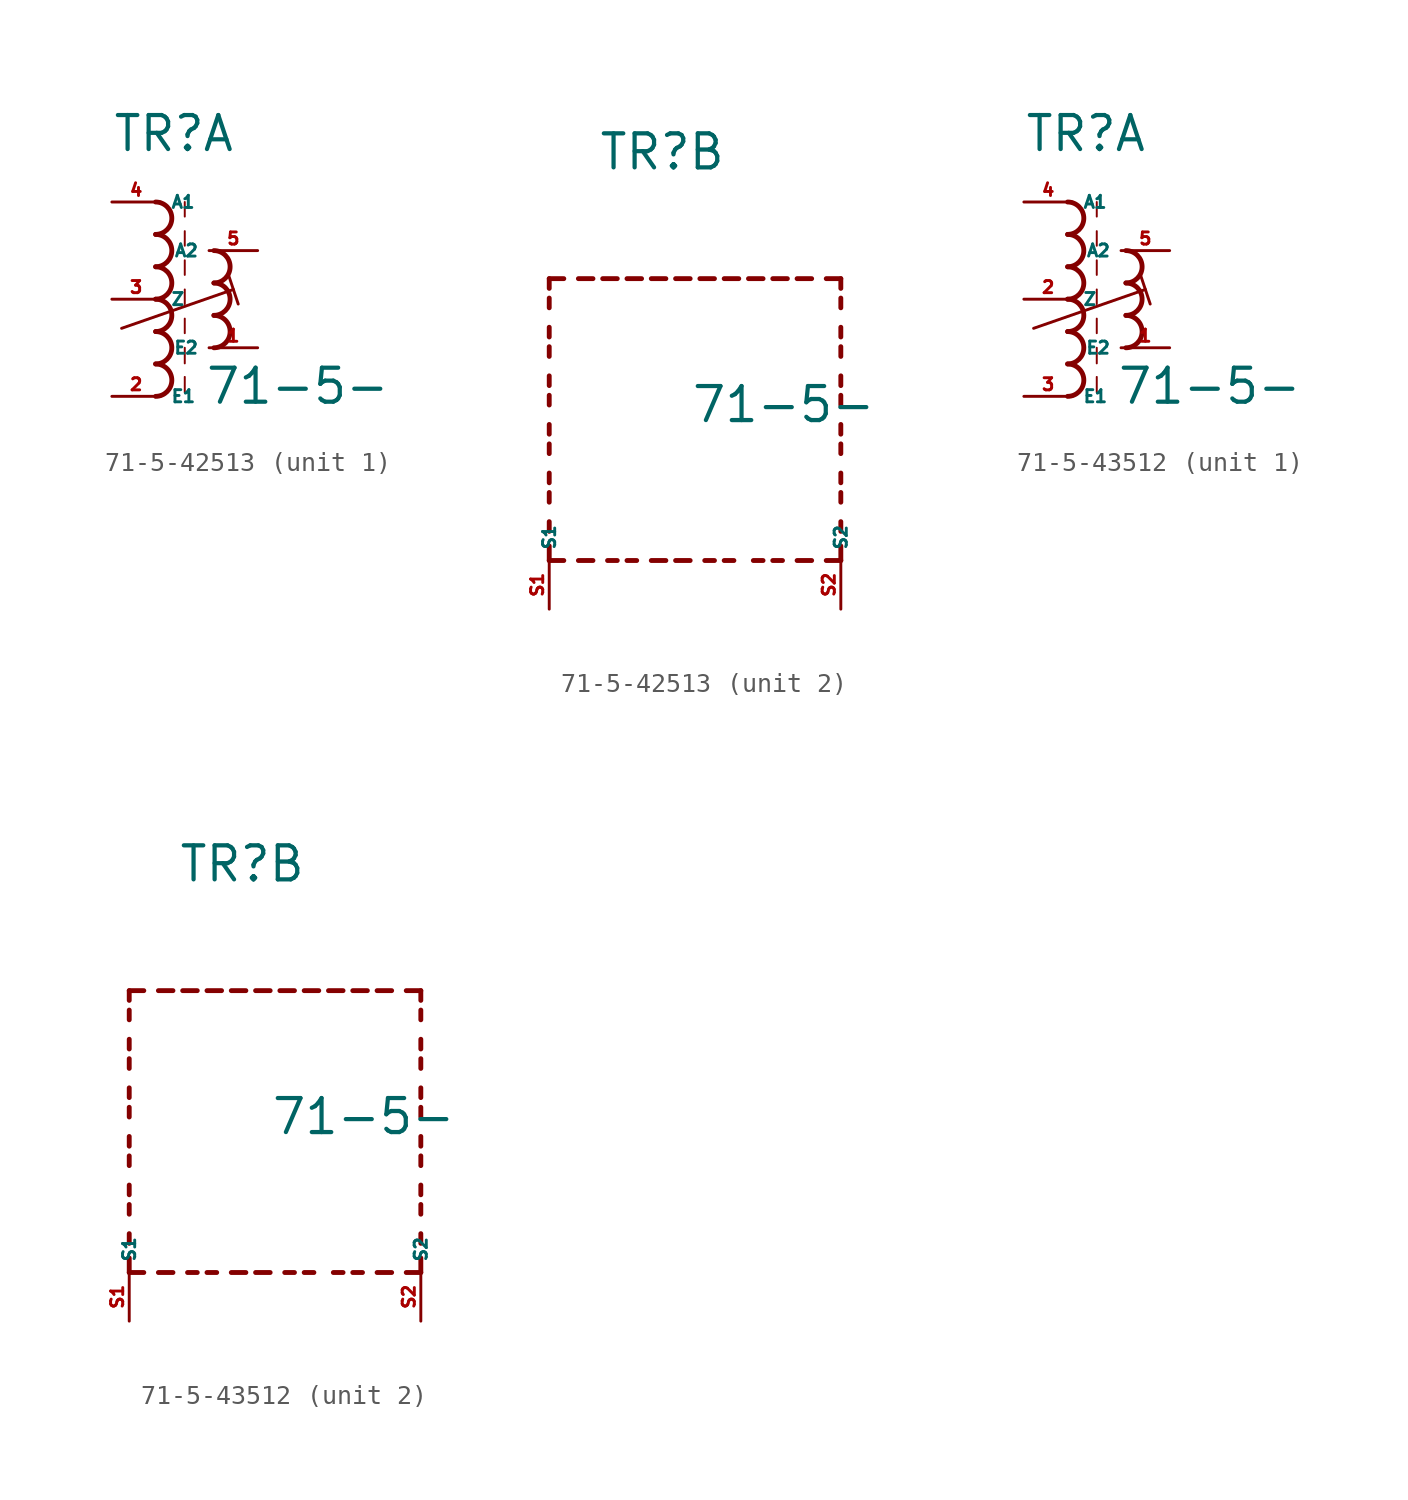
<source format=kicad_sym>
(kicad_symbol_lib
  (version 20220914)
  (generator kicad_symbol_editor)
  (symbol "71-5-42513"
    (property "Reference" "TR"
      (at -2.54 7.62 0)
      (effects (font (size 1.778 1.778) (thickness 0.22)) (justify left bottom)))
    (property "Value" "71-5-"
      (at 2.286 -5.588 0)
      (effects (font (size 1.778 1.778) (thickness 0.22)) (justify left bottom)))
    (symbol "71-5-42513_1_0"
      (arc (start -0.2534 -5.08) (mid 0.593 -4.2333) (end -0.2534 -3.3866) (stroke (width 0.254) (type default)) (fill (type none)))
      (arc (start -0.2534 -3.3866) (mid 0.593 -2.5399) (end -0.2534 -1.6932) (stroke (width 0.254) (type default)) (fill (type none)))
      (arc (start -0.2534 -1.6934) (mid 0.593 -0.8467) (end -0.2534 0) (stroke (width 0.254) (type default)) (fill (type none)))
      (arc (start -0.2534 0) (mid 0.593 0.8467) (end -0.2534 1.6934) (stroke (width 0.254) (type default)) (fill (type none)))
      (arc (start -0.2532 1.6934) (mid 0.593 2.54) (end -0.2532 3.3866) (stroke (width 0.254) (type default)) (fill (type none)))
      (arc (start -0.2534 3.3866) (mid 0.593 4.2333) (end -0.2534 5.08) (stroke (width 0.254) (type default)) (fill (type none)))
      (polyline (pts (xy -2.032 -1.524) (xy 3.81 0.508)) (stroke (width 0.152) (type default)) (fill (type none)))
      (polyline (pts (xy 1.27 -4.064) (xy 1.27 -4.88)) (stroke (width 0.102) (type default)) (fill (type none)))
      (polyline (pts (xy 1.27 -2.54) (xy 1.27 -3.356)) (stroke (width 0.102) (type default)) (fill (type none)))
      (polyline (pts (xy 1.27 -1.016) (xy 1.27 -1.778)) (stroke (width 0.102) (type default)) (fill (type none)))
      (polyline (pts (xy 1.27 0.508) (xy 1.27 -0.254)) (stroke (width 0.102) (type default)) (fill (type none)))
      (polyline (pts (xy 1.27 2.032) (xy 1.27 1.27)) (stroke (width 0.102) (type default)) (fill (type none)))
      (polyline (pts (xy 1.27 3.556) (xy 1.27 2.794)) (stroke (width 0.102) (type default)) (fill (type none)))
      (polyline (pts (xy 1.27 5.08) (xy 1.27 4.318)) (stroke (width 0.102) (type default)) (fill (type none)))
      (polyline (pts (xy 3.556 1.27) (xy 4.064 -0.254)) (stroke (width 0.152) (type default)) (fill (type none)))
      (arc (start 2.794 -2.54) (mid 3.6404 -1.6933) (end 2.794 -0.8466) (stroke (width 0.254) (type default)) (fill (type none)))
      (arc (start 2.794 -0.8466) (mid 3.6402 0) (end 2.794 0.8466) (stroke (width 0.254) (type default)) (fill (type none)))
      (arc (start 2.794 0.8466) (mid 3.6404 1.6933) (end 2.794 2.54) (stroke (width 0.254) (type default)) (fill (type none)))
      (pin passive line (at 5.08 -2.54 180) (length 2.54) (name "E2" (effects (font (size 0.635 0.635)))) (number "1" (effects (font (size 0.635 0.635)))))
      (pin passive line (at -2.54 -5.08 0) (length 2.54) (name "E1" (effects (font (size 0.635 0.635)))) (number "2" (effects (font (size 0.635 0.635)))))
      (pin passive line (at -2.54 0 0) (length 2.54) (name "Z" (effects (font (size 0.635 0.635)))) (number "3" (effects (font (size 0.635 0.635)))))
      (pin passive line (at -2.54 5.08 0) (length 2.54) (name "A1" (effects (font (size 0.635 0.635)))) (number "4" (effects (font (size 0.635 0.635)))))
      (pin passive line (at 5.08 2.54 180) (length 2.54) (name "A2" (effects (font (size 0.635 0.635)))) (number "5" (effects (font (size 0.635 0.635))))))
    (symbol "71-5-42513_2_0"
      (polyline (pts (xy -5.08 -12.7) (xy -5.08 -11.938)) (stroke (width 0.254) (type default)) (fill (type none)))
      (polyline (pts (xy -5.08 -12.7) (xy -4.318 -12.7)) (stroke (width 0.254) (type default)) (fill (type none)))
      (polyline (pts (xy -5.08 -11.176) (xy -5.08 -10.668)) (stroke (width 0.254) (type default)) (fill (type none)))
      (polyline (pts (xy -5.08 -9.652) (xy -5.08 -9.144)) (stroke (width 0.254) (type default)) (fill (type none)))
      (polyline (pts (xy -5.08 -8.636) (xy -5.08 -8.128)) (stroke (width 0.254) (type default)) (fill (type none)))
      (polyline (pts (xy -5.08 -7.112) (xy -5.08 -6.604)) (stroke (width 0.254) (type default)) (fill (type none)))
      (polyline (pts (xy -5.08 -6.096) (xy -5.08 -5.588)) (stroke (width 0.254) (type default)) (fill (type none)))
      (polyline (pts (xy -5.08 -4.572) (xy -5.08 -4.064)) (stroke (width 0.254) (type default)) (fill (type none)))
      (polyline (pts (xy -5.08 -3.556) (xy -5.08 -3.048)) (stroke (width 0.254) (type default)) (fill (type none)))
      (polyline (pts (xy -5.08 -2.032) (xy -5.08 -1.524)) (stroke (width 0.254) (type default)) (fill (type none)))
      (polyline (pts (xy -5.08 -1.016) (xy -5.08 -0.508)) (stroke (width 0.254) (type default)) (fill (type none)))
      (polyline (pts (xy -5.08 0.508) (xy -5.08 1.016)) (stroke (width 0.254) (type default)) (fill (type none)))
      (polyline (pts (xy -5.08 1.524) (xy -5.08 2.032)) (stroke (width 0.254) (type default)) (fill (type none)))
      (polyline (pts (xy -5.08 2.032) (xy -4.318 2.032)) (stroke (width 0.254) (type default)) (fill (type none)))
      (polyline (pts (xy -3.556 -12.7) (xy -2.794 -12.7)) (stroke (width 0.254) (type default)) (fill (type none)))
      (polyline (pts (xy -3.556 2.032) (xy -2.794 2.032)) (stroke (width 0.254) (type default)) (fill (type none)))
      (polyline (pts (xy -1.524 -12.7) (xy -2.032 -12.7)) (stroke (width 0.254) (type default)) (fill (type none)))
      (polyline (pts (xy -1.524 2.032) (xy -2.286 2.032)) (stroke (width 0.254) (type default)) (fill (type none)))
      (polyline (pts (xy -1.016 2.032) (xy -0.254 2.032)) (stroke (width 0.254) (type default)) (fill (type none)))
      (polyline (pts (xy -0.508 -12.7) (xy -1.016 -12.7)) (stroke (width 0.254) (type default)) (fill (type none)))
      (polyline (pts (xy 1.016 -12.7) (xy 0.254 -12.7)) (stroke (width 0.254) (type default)) (fill (type none)))
      (polyline (pts (xy 1.016 2.032) (xy 0.254 2.032)) (stroke (width 0.254) (type default)) (fill (type none)))
      (polyline (pts (xy 1.524 -12.7) (xy 2.286 -12.7)) (stroke (width 0.254) (type default)) (fill (type none)))
      (polyline (pts (xy 1.524 2.032) (xy 2.286 2.032)) (stroke (width 0.254) (type default)) (fill (type none)))
      (polyline (pts (xy 3.556 -12.7) (xy 3.048 -12.7)) (stroke (width 0.254) (type default)) (fill (type none)))
      (polyline (pts (xy 3.556 2.032) (xy 2.794 2.032)) (stroke (width 0.254) (type default)) (fill (type none)))
      (polyline (pts (xy 4.064 2.032) (xy 4.826 2.032)) (stroke (width 0.254) (type default)) (fill (type none)))
      (polyline (pts (xy 4.572 -12.7) (xy 4.064 -12.7)) (stroke (width 0.254) (type default)) (fill (type none)))
      (polyline (pts (xy 6.096 -12.7) (xy 5.588 -12.7)) (stroke (width 0.254) (type default)) (fill (type none)))
      (polyline (pts (xy 6.096 2.032) (xy 5.334 2.032)) (stroke (width 0.254) (type default)) (fill (type none)))
      (polyline (pts (xy 6.604 2.032) (xy 7.366 2.032)) (stroke (width 0.254) (type default)) (fill (type none)))
      (polyline (pts (xy 7.112 -12.7) (xy 6.604 -12.7)) (stroke (width 0.254) (type default)) (fill (type none)))
      (polyline (pts (xy 8.636 -12.7) (xy 7.874 -12.7)) (stroke (width 0.254) (type default)) (fill (type none)))
      (polyline (pts (xy 8.636 2.032) (xy 7.874 2.032)) (stroke (width 0.254) (type default)) (fill (type none)))
      (polyline (pts (xy 10.16 -12.7) (xy 9.398 -12.7)) (stroke (width 0.254) (type default)) (fill (type none)))
      (polyline (pts (xy 10.16 -12.7) (xy 10.16 -11.938)) (stroke (width 0.254) (type default)) (fill (type none)))
      (polyline (pts (xy 10.16 -11.176) (xy 10.16 -10.668)) (stroke (width 0.254) (type default)) (fill (type none)))
      (polyline (pts (xy 10.16 -9.652) (xy 10.16 -9.144)) (stroke (width 0.254) (type default)) (fill (type none)))
      (polyline (pts (xy 10.16 -8.636) (xy 10.16 -8.128)) (stroke (width 0.254) (type default)) (fill (type none)))
      (polyline (pts (xy 10.16 -7.112) (xy 10.16 -6.604)) (stroke (width 0.254) (type default)) (fill (type none)))
      (polyline (pts (xy 10.16 -6.096) (xy 10.16 -5.588)) (stroke (width 0.254) (type default)) (fill (type none)))
      (polyline (pts (xy 10.16 -4.572) (xy 10.16 -4.064)) (stroke (width 0.254) (type default)) (fill (type none)))
      (polyline (pts (xy 10.16 -3.556) (xy 10.16 -3.048)) (stroke (width 0.254) (type default)) (fill (type none)))
      (polyline (pts (xy 10.16 -2.032) (xy 10.16 -1.524)) (stroke (width 0.254) (type default)) (fill (type none)))
      (polyline (pts (xy 10.16 -1.016) (xy 10.16 -0.508)) (stroke (width 0.254) (type default)) (fill (type none)))
      (polyline (pts (xy 10.16 0.508) (xy 10.16 1.016)) (stroke (width 0.254) (type default)) (fill (type none)))
      (polyline (pts (xy 10.16 1.524) (xy 10.16 2.032)) (stroke (width 0.254) (type default)) (fill (type none)))
      (polyline (pts (xy 10.16 2.032) (xy 9.398 2.032)) (stroke (width 0.254) (type default)) (fill (type none)))
      (pin passive line (at -5.08 -15.24 90) (length 2.54) (name "S1" (effects (font (size 0.635 0.635)))) (number "S1" (effects (font (size 0.635 0.635)))))
      (pin passive line (at 10.16 -15.24 90) (length 2.54) (name "S2" (effects (font (size 0.635 0.635)))) (number "S2" (effects (font (size 0.635 0.635)))))))
  (symbol "71-5-43512"
    (property "Reference" "TR"
      (at -2.54 7.62 0)
      (effects (font (size 1.778 1.778) (thickness 0.22)) (justify left bottom)))
    (property "Value" "71-5-"
      (at 2.286 -5.588 0)
      (effects (font (size 1.778 1.778) (thickness 0.22)) (justify left bottom)))
    (symbol "71-5-43512_1_0"
      (arc (start -0.2534 -5.08) (mid 0.593 -4.2333) (end -0.2534 -3.3866) (stroke (width 0.254) (type default)) (fill (type none)))
      (arc (start -0.2534 -3.3866) (mid 0.593 -2.5399) (end -0.2534 -1.6932) (stroke (width 0.254) (type default)) (fill (type none)))
      (arc (start -0.2534 -1.6934) (mid 0.593 -0.8467) (end -0.2534 0) (stroke (width 0.254) (type default)) (fill (type none)))
      (arc (start -0.2534 0) (mid 0.593 0.8467) (end -0.2534 1.6934) (stroke (width 0.254) (type default)) (fill (type none)))
      (arc (start -0.2532 1.6934) (mid 0.593 2.54) (end -0.2532 3.3866) (stroke (width 0.254) (type default)) (fill (type none)))
      (arc (start -0.2534 3.3866) (mid 0.593 4.2333) (end -0.2534 5.08) (stroke (width 0.254) (type default)) (fill (type none)))
      (polyline (pts (xy -2.032 -1.524) (xy 3.81 0.508)) (stroke (width 0.152) (type default)) (fill (type none)))
      (polyline (pts (xy 1.27 -4.064) (xy 1.27 -4.88)) (stroke (width 0.102) (type default)) (fill (type none)))
      (polyline (pts (xy 1.27 -2.54) (xy 1.27 -3.356)) (stroke (width 0.102) (type default)) (fill (type none)))
      (polyline (pts (xy 1.27 -1.016) (xy 1.27 -1.778)) (stroke (width 0.102) (type default)) (fill (type none)))
      (polyline (pts (xy 1.27 0.508) (xy 1.27 -0.254)) (stroke (width 0.102) (type default)) (fill (type none)))
      (polyline (pts (xy 1.27 2.032) (xy 1.27 1.27)) (stroke (width 0.102) (type default)) (fill (type none)))
      (polyline (pts (xy 1.27 3.556) (xy 1.27 2.794)) (stroke (width 0.102) (type default)) (fill (type none)))
      (polyline (pts (xy 1.27 5.08) (xy 1.27 4.318)) (stroke (width 0.102) (type default)) (fill (type none)))
      (polyline (pts (xy 3.556 1.27) (xy 4.064 -0.254)) (stroke (width 0.152) (type default)) (fill (type none)))
      (arc (start 2.794 -2.54) (mid 3.6404 -1.6933) (end 2.794 -0.8466) (stroke (width 0.254) (type default)) (fill (type none)))
      (arc (start 2.794 -0.8466) (mid 3.6402 0) (end 2.794 0.8466) (stroke (width 0.254) (type default)) (fill (type none)))
      (arc (start 2.794 0.8466) (mid 3.6404 1.6933) (end 2.794 2.54) (stroke (width 0.254) (type default)) (fill (type none)))
      (pin passive line (at 5.08 -2.54 180) (length 2.54) (name "E2" (effects (font (size 0.635 0.635)))) (number "1" (effects (font (size 0.635 0.635)))))
      (pin passive line (at -2.54 0 0) (length 2.54) (name "Z" (effects (font (size 0.635 0.635)))) (number "2" (effects (font (size 0.635 0.635)))))
      (pin passive line (at -2.54 -5.08 0) (length 2.54) (name "E1" (effects (font (size 0.635 0.635)))) (number "3" (effects (font (size 0.635 0.635)))))
      (pin passive line (at -2.54 5.08 0) (length 2.54) (name "A1" (effects (font (size 0.635 0.635)))) (number "4" (effects (font (size 0.635 0.635)))))
      (pin passive line (at 5.08 2.54 180) (length 2.54) (name "A2" (effects (font (size 0.635 0.635)))) (number "5" (effects (font (size 0.635 0.635))))))
    (symbol "71-5-43512_2_0"
      (polyline (pts (xy -5.08 -12.7) (xy -5.08 -11.938)) (stroke (width 0.254) (type default)) (fill (type none)))
      (polyline (pts (xy -5.08 -12.7) (xy -4.318 -12.7)) (stroke (width 0.254) (type default)) (fill (type none)))
      (polyline (pts (xy -5.08 -11.176) (xy -5.08 -10.668)) (stroke (width 0.254) (type default)) (fill (type none)))
      (polyline (pts (xy -5.08 -9.652) (xy -5.08 -9.144)) (stroke (width 0.254) (type default)) (fill (type none)))
      (polyline (pts (xy -5.08 -8.636) (xy -5.08 -8.128)) (stroke (width 0.254) (type default)) (fill (type none)))
      (polyline (pts (xy -5.08 -7.112) (xy -5.08 -6.604)) (stroke (width 0.254) (type default)) (fill (type none)))
      (polyline (pts (xy -5.08 -6.096) (xy -5.08 -5.588)) (stroke (width 0.254) (type default)) (fill (type none)))
      (polyline (pts (xy -5.08 -4.572) (xy -5.08 -4.064)) (stroke (width 0.254) (type default)) (fill (type none)))
      (polyline (pts (xy -5.08 -3.556) (xy -5.08 -3.048)) (stroke (width 0.254) (type default)) (fill (type none)))
      (polyline (pts (xy -5.08 -2.032) (xy -5.08 -1.524)) (stroke (width 0.254) (type default)) (fill (type none)))
      (polyline (pts (xy -5.08 -1.016) (xy -5.08 -0.508)) (stroke (width 0.254) (type default)) (fill (type none)))
      (polyline (pts (xy -5.08 0.508) (xy -5.08 1.016)) (stroke (width 0.254) (type default)) (fill (type none)))
      (polyline (pts (xy -5.08 1.524) (xy -5.08 2.032)) (stroke (width 0.254) (type default)) (fill (type none)))
      (polyline (pts (xy -5.08 2.032) (xy -4.318 2.032)) (stroke (width 0.254) (type default)) (fill (type none)))
      (polyline (pts (xy -3.556 -12.7) (xy -2.794 -12.7)) (stroke (width 0.254) (type default)) (fill (type none)))
      (polyline (pts (xy -3.556 2.032) (xy -2.794 2.032)) (stroke (width 0.254) (type default)) (fill (type none)))
      (polyline (pts (xy -1.524 -12.7) (xy -2.032 -12.7)) (stroke (width 0.254) (type default)) (fill (type none)))
      (polyline (pts (xy -1.524 2.032) (xy -2.286 2.032)) (stroke (width 0.254) (type default)) (fill (type none)))
      (polyline (pts (xy -1.016 2.032) (xy -0.254 2.032)) (stroke (width 0.254) (type default)) (fill (type none)))
      (polyline (pts (xy -0.508 -12.7) (xy -1.016 -12.7)) (stroke (width 0.254) (type default)) (fill (type none)))
      (polyline (pts (xy 1.016 -12.7) (xy 0.254 -12.7)) (stroke (width 0.254) (type default)) (fill (type none)))
      (polyline (pts (xy 1.016 2.032) (xy 0.254 2.032)) (stroke (width 0.254) (type default)) (fill (type none)))
      (polyline (pts (xy 1.524 -12.7) (xy 2.286 -12.7)) (stroke (width 0.254) (type default)) (fill (type none)))
      (polyline (pts (xy 1.524 2.032) (xy 2.286 2.032)) (stroke (width 0.254) (type default)) (fill (type none)))
      (polyline (pts (xy 3.556 -12.7) (xy 3.048 -12.7)) (stroke (width 0.254) (type default)) (fill (type none)))
      (polyline (pts (xy 3.556 2.032) (xy 2.794 2.032)) (stroke (width 0.254) (type default)) (fill (type none)))
      (polyline (pts (xy 4.064 2.032) (xy 4.826 2.032)) (stroke (width 0.254) (type default)) (fill (type none)))
      (polyline (pts (xy 4.572 -12.7) (xy 4.064 -12.7)) (stroke (width 0.254) (type default)) (fill (type none)))
      (polyline (pts (xy 6.096 -12.7) (xy 5.588 -12.7)) (stroke (width 0.254) (type default)) (fill (type none)))
      (polyline (pts (xy 6.096 2.032) (xy 5.334 2.032)) (stroke (width 0.254) (type default)) (fill (type none)))
      (polyline (pts (xy 6.604 2.032) (xy 7.366 2.032)) (stroke (width 0.254) (type default)) (fill (type none)))
      (polyline (pts (xy 7.112 -12.7) (xy 6.604 -12.7)) (stroke (width 0.254) (type default)) (fill (type none)))
      (polyline (pts (xy 8.636 -12.7) (xy 7.874 -12.7)) (stroke (width 0.254) (type default)) (fill (type none)))
      (polyline (pts (xy 8.636 2.032) (xy 7.874 2.032)) (stroke (width 0.254) (type default)) (fill (type none)))
      (polyline (pts (xy 10.16 -12.7) (xy 9.398 -12.7)) (stroke (width 0.254) (type default)) (fill (type none)))
      (polyline (pts (xy 10.16 -12.7) (xy 10.16 -11.938)) (stroke (width 0.254) (type default)) (fill (type none)))
      (polyline (pts (xy 10.16 -11.176) (xy 10.16 -10.668)) (stroke (width 0.254) (type default)) (fill (type none)))
      (polyline (pts (xy 10.16 -9.652) (xy 10.16 -9.144)) (stroke (width 0.254) (type default)) (fill (type none)))
      (polyline (pts (xy 10.16 -8.636) (xy 10.16 -8.128)) (stroke (width 0.254) (type default)) (fill (type none)))
      (polyline (pts (xy 10.16 -7.112) (xy 10.16 -6.604)) (stroke (width 0.254) (type default)) (fill (type none)))
      (polyline (pts (xy 10.16 -6.096) (xy 10.16 -5.588)) (stroke (width 0.254) (type default)) (fill (type none)))
      (polyline (pts (xy 10.16 -4.572) (xy 10.16 -4.064)) (stroke (width 0.254) (type default)) (fill (type none)))
      (polyline (pts (xy 10.16 -3.556) (xy 10.16 -3.048)) (stroke (width 0.254) (type default)) (fill (type none)))
      (polyline (pts (xy 10.16 -2.032) (xy 10.16 -1.524)) (stroke (width 0.254) (type default)) (fill (type none)))
      (polyline (pts (xy 10.16 -1.016) (xy 10.16 -0.508)) (stroke (width 0.254) (type default)) (fill (type none)))
      (polyline (pts (xy 10.16 0.508) (xy 10.16 1.016)) (stroke (width 0.254) (type default)) (fill (type none)))
      (polyline (pts (xy 10.16 1.524) (xy 10.16 2.032)) (stroke (width 0.254) (type default)) (fill (type none)))
      (polyline (pts (xy 10.16 2.032) (xy 9.398 2.032)) (stroke (width 0.254) (type default)) (fill (type none)))
      (pin passive line (at -5.08 -15.24 90) (length 2.54) (name "S1" (effects (font (size 0.635 0.635)))) (number "S1" (effects (font (size 0.635 0.635)))))
      (pin passive line (at 10.16 -15.24 90) (length 2.54) (name "S2" (effects (font (size 0.635 0.635)))) (number "S2" (effects (font (size 0.635 0.635))))))))
</source>
